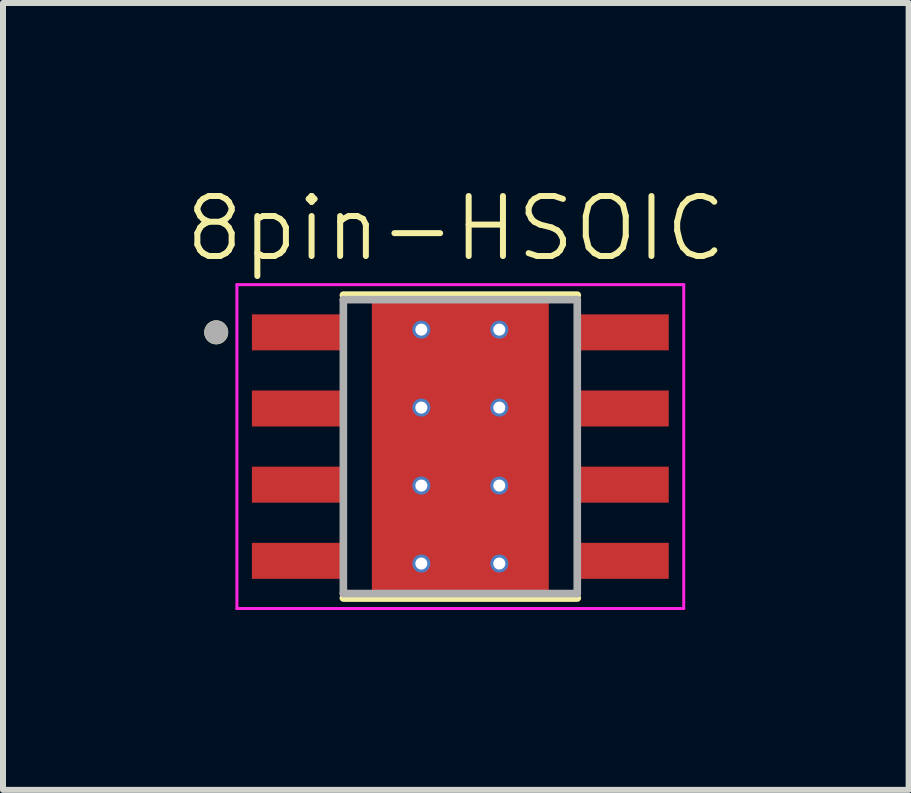
<source format=kicad_pcb>
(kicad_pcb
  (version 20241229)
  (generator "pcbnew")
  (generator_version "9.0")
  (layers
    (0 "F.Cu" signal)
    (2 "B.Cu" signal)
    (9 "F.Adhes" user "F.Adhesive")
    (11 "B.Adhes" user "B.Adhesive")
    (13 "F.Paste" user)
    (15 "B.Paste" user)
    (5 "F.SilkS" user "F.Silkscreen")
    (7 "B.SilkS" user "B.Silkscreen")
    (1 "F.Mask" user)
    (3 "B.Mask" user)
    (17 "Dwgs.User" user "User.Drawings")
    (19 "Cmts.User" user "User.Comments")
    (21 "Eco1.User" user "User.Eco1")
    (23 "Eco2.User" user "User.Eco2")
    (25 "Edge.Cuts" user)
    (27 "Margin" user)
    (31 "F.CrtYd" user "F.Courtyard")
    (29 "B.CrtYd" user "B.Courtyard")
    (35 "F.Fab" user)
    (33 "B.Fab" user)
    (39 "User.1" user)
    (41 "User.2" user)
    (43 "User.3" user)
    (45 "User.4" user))
  (footprint "8pin-HSOIC"
    (layer "F.Cu")
    (at 4.625 4.396)
    (property "Reference" "8pin-HSOIC" (at -0.075 -3.635 0) (layer "F.SilkS") (effects (font (size 1 1) (thickness 0.1))))
    (attr through_hole)
    (fp_poly (pts (xy -1.355 -1.7) (xy 1.355 -1.7) (xy 1.355 1.7) (xy -1.355 1.7)) (stroke (width 0.01) (type solid)) (fill yes) (layer "F.Mask"))
    (fp_poly (pts (xy -1.905 -1.535) (xy -3.495 -1.535) (xy -3.498 -1.535) (xy -3.5 -1.535) (xy -3.503 -1.536) (xy -3.505 -1.536) (xy -3.508 -1.537) (xy -3.51 -1.537) (xy -3.513 -1.538) (xy -3.515 -1.539) (xy -3.518 -1.54) (xy -3.52 -1.542) (xy -3.522 -1.543) (xy -3.524 -1.545) (xy -3.526 -1.546) (xy -3.528 -1.548) (xy -3.53 -1.55) (xy -3.532 -1.552) (xy -3.534 -1.554) (xy -3.535 -1.556) (xy -3.537 -1.558) (xy -3.538 -1.56) (xy -3.54 -1.562) (xy -3.541 -1.565) (xy -3.542 -1.567) (xy -3.543 -1.57) (xy -3.543 -1.572) (xy -3.544 -1.575) (xy -3.544 -1.577) (xy -3.545 -1.58) (xy -3.545 -1.582) (xy -3.545 -1.585) (xy -3.545 -2.225) (xy -3.545 -2.228) (xy -3.545 -2.23) (xy -3.544 -2.233) (xy -3.544 -2.235) (xy -3.543 -2.238) (xy -3.543 -2.24) (xy -3.542 -2.243) (xy -3.541 -2.245) (xy -3.54 -2.248) (xy -3.538 -2.25) (xy -3.537 -2.252) (xy -3.535 -2.254) (xy -3.534 -2.256) (xy -3.532 -2.258) (xy -3.53 -2.26) (xy -3.528 -2.262) (xy -3.526 -2.264) (xy -3.524 -2.265) (xy -3.522 -2.267) (xy -3.52 -2.268) (xy -3.518 -2.27) (xy -3.515 -2.271) (xy -3.513 -2.272) (xy -3.51 -2.273) (xy -3.508 -2.273) (xy -3.505 -2.274) (xy -3.503 -2.274) (xy -3.5 -2.275) (xy -3.498 -2.275) (xy -3.495 -2.275) (xy -1.905 -2.275) (xy -1.902 -2.275) (xy -1.9 -2.275) (xy -1.897 -2.274) (xy -1.895 -2.274) (xy -1.892 -2.273) (xy -1.89 -2.273) (xy -1.887 -2.272) (xy -1.885 -2.271) (xy -1.882 -2.27) (xy -1.88 -2.268) (xy -1.878 -2.267) (xy -1.876 -2.265) (xy -1.874 -2.264) (xy -1.872 -2.262) (xy -1.87 -2.26) (xy -1.868 -2.258) (xy -1.866 -2.256) (xy -1.865 -2.254) (xy -1.863 -2.252) (xy -1.862 -2.25) (xy -1.86 -2.248) (xy -1.859 -2.245) (xy -1.858 -2.243) (xy -1.857 -2.24) (xy -1.857 -2.238) (xy -1.856 -2.235) (xy -1.856 -2.233) (xy -1.855 -2.23) (xy -1.855 -2.228) (xy -1.855 -2.225) (xy -1.855 -1.585) (xy -1.855 -1.582) (xy -1.855 -1.58) (xy -1.856 -1.577) (xy -1.856 -1.575) (xy -1.857 -1.572) (xy -1.857 -1.57) (xy -1.858 -1.567) (xy -1.859 -1.565) (xy -1.86 -1.562) (xy -1.862 -1.56) (xy -1.863 -1.558) (xy -1.865 -1.556) (xy -1.866 -1.554) (xy -1.868 -1.552) (xy -1.87 -1.55) (xy -1.872 -1.548) (xy -1.874 -1.546) (xy -1.876 -1.545) (xy -1.878 -1.543) (xy -1.88 -1.542) (xy -1.882 -1.54) (xy -1.885 -1.539) (xy -1.887 -1.538) (xy -1.89 -1.537) (xy -1.892 -1.537) (xy -1.895 -1.536) (xy -1.897 -1.536) (xy -1.9 -1.535) (xy -1.902 -1.535) (xy -1.905 -1.535)) (stroke (width 0.01) (type solid)) (fill yes) (layer "F.Mask"))
    (fp_poly (pts (xy -1.905 -0.265) (xy -3.495 -0.265) (xy -3.498 -0.265) (xy -3.5 -0.265) (xy -3.503 -0.266) (xy -3.505 -0.266) (xy -3.508 -0.267) (xy -3.51 -0.267) (xy -3.513 -0.268) (xy -3.515 -0.269) (xy -3.518 -0.27) (xy -3.52 -0.272) (xy -3.522 -0.273) (xy -3.524 -0.275) (xy -3.526 -0.276) (xy -3.528 -0.278) (xy -3.53 -0.28) (xy -3.532 -0.282) (xy -3.534 -0.284) (xy -3.535 -0.286) (xy -3.537 -0.288) (xy -3.538 -0.29) (xy -3.54 -0.292) (xy -3.541 -0.295) (xy -3.542 -0.297) (xy -3.543 -0.3) (xy -3.543 -0.302) (xy -3.544 -0.305) (xy -3.544 -0.307) (xy -3.545 -0.31) (xy -3.545 -0.312) (xy -3.545 -0.315) (xy -3.545 -0.955) (xy -3.545 -0.958) (xy -3.545 -0.96) (xy -3.544 -0.963) (xy -3.544 -0.965) (xy -3.543 -0.968) (xy -3.543 -0.97) (xy -3.542 -0.973) (xy -3.541 -0.975) (xy -3.54 -0.978) (xy -3.538 -0.98) (xy -3.537 -0.982) (xy -3.535 -0.984) (xy -3.534 -0.986) (xy -3.532 -0.988) (xy -3.53 -0.99) (xy -3.528 -0.992) (xy -3.526 -0.994) (xy -3.524 -0.995) (xy -3.522 -0.997) (xy -3.52 -0.998) (xy -3.518 -1) (xy -3.515 -1.001) (xy -3.513 -1.002) (xy -3.51 -1.003) (xy -3.508 -1.003) (xy -3.505 -1.004) (xy -3.503 -1.004) (xy -3.5 -1.005) (xy -3.498 -1.005) (xy -3.495 -1.005) (xy -1.905 -1.005) (xy -1.902 -1.005) (xy -1.9 -1.005) (xy -1.897 -1.004) (xy -1.895 -1.004) (xy -1.892 -1.003) (xy -1.89 -1.003) (xy -1.887 -1.002) (xy -1.885 -1.001) (xy -1.882 -1) (xy -1.88 -0.998) (xy -1.878 -0.997) (xy -1.876 -0.995) (xy -1.874 -0.994) (xy -1.872 -0.992) (xy -1.87 -0.99) (xy -1.868 -0.988) (xy -1.866 -0.986) (xy -1.865 -0.984) (xy -1.863 -0.982) (xy -1.862 -0.98) (xy -1.86 -0.978) (xy -1.859 -0.975) (xy -1.858 -0.973) (xy -1.857 -0.97) (xy -1.857 -0.968) (xy -1.856 -0.965) (xy -1.856 -0.963) (xy -1.855 -0.96) (xy -1.855 -0.958) (xy -1.855 -0.955) (xy -1.855 -0.315) (xy -1.855 -0.312) (xy -1.855 -0.31) (xy -1.856 -0.307) (xy -1.856 -0.305) (xy -1.857 -0.302) (xy -1.857 -0.3) (xy -1.858 -0.297) (xy -1.859 -0.295) (xy -1.86 -0.292) (xy -1.862 -0.29) (xy -1.863 -0.288) (xy -1.865 -0.286) (xy -1.866 -0.284) (xy -1.868 -0.282) (xy -1.87 -0.28) (xy -1.872 -0.278) (xy -1.874 -0.276) (xy -1.876 -0.275) (xy -1.878 -0.273) (xy -1.88 -0.272) (xy -1.882 -0.27) (xy -1.885 -0.269) (xy -1.887 -0.268) (xy -1.89 -0.267) (xy -1.892 -0.267) (xy -1.895 -0.266) (xy -1.897 -0.266) (xy -1.9 -0.265) (xy -1.902 -0.265) (xy -1.905 -0.265)) (stroke (width 0.01) (type solid)) (fill yes) (layer "F.Mask"))
    (fp_poly (pts (xy -1.905 1.005) (xy -3.495 1.005) (xy -3.498 1.005) (xy -3.5 1.005) (xy -3.503 1.004) (xy -3.505 1.004) (xy -3.508 1.003) (xy -3.51 1.003) (xy -3.513 1.002) (xy -3.515 1.001) (xy -3.518 1) (xy -3.52 0.998) (xy -3.522 0.997) (xy -3.524 0.995) (xy -3.526 0.994) (xy -3.528 0.992) (xy -3.53 0.99) (xy -3.532 0.988) (xy -3.534 0.986) (xy -3.535 0.984) (xy -3.537 0.982) (xy -3.538 0.98) (xy -3.54 0.978) (xy -3.541 0.975) (xy -3.542 0.973) (xy -3.543 0.97) (xy -3.543 0.968) (xy -3.544 0.965) (xy -3.544 0.963) (xy -3.545 0.96) (xy -3.545 0.958) (xy -3.545 0.955) (xy -3.545 0.315) (xy -3.545 0.312) (xy -3.545 0.31) (xy -3.544 0.307) (xy -3.544 0.305) (xy -3.543 0.302) (xy -3.543 0.3) (xy -3.542 0.297) (xy -3.541 0.295) (xy -3.54 0.292) (xy -3.538 0.29) (xy -3.537 0.288) (xy -3.535 0.286) (xy -3.534 0.284) (xy -3.532 0.282) (xy -3.53 0.28) (xy -3.528 0.278) (xy -3.526 0.276) (xy -3.524 0.275) (xy -3.522 0.273) (xy -3.52 0.272) (xy -3.518 0.27) (xy -3.515 0.269) (xy -3.513 0.268) (xy -3.51 0.267) (xy -3.508 0.267) (xy -3.505 0.266) (xy -3.503 0.266) (xy -3.5 0.265) (xy -3.498 0.265) (xy -3.495 0.265) (xy -1.905 0.265) (xy -1.902 0.265) (xy -1.9 0.265) (xy -1.897 0.266) (xy -1.895 0.266) (xy -1.892 0.267) (xy -1.89 0.267) (xy -1.887 0.268) (xy -1.885 0.269) (xy -1.882 0.27) (xy -1.88 0.272) (xy -1.878 0.273) (xy -1.876 0.275) (xy -1.874 0.276) (xy -1.872 0.278) (xy -1.87 0.28) (xy -1.868 0.282) (xy -1.866 0.284) (xy -1.865 0.286) (xy -1.863 0.288) (xy -1.862 0.29) (xy -1.86 0.292) (xy -1.859 0.295) (xy -1.858 0.297) (xy -1.857 0.3) (xy -1.857 0.302) (xy -1.856 0.305) (xy -1.856 0.307) (xy -1.855 0.31) (xy -1.855 0.312) (xy -1.855 0.315) (xy -1.855 0.955) (xy -1.855 0.958) (xy -1.855 0.96) (xy -1.856 0.963) (xy -1.856 0.965) (xy -1.857 0.968) (xy -1.857 0.97) (xy -1.858 0.973) (xy -1.859 0.975) (xy -1.86 0.978) (xy -1.862 0.98) (xy -1.863 0.982) (xy -1.865 0.984) (xy -1.866 0.986) (xy -1.868 0.988) (xy -1.87 0.99) (xy -1.872 0.992) (xy -1.874 0.994) (xy -1.876 0.995) (xy -1.878 0.997) (xy -1.88 0.998) (xy -1.882 1) (xy -1.885 1.001) (xy -1.887 1.002) (xy -1.89 1.003) (xy -1.892 1.003) (xy -1.895 1.004) (xy -1.897 1.004) (xy -1.9 1.005) (xy -1.902 1.005) (xy -1.905 1.005)) (stroke (width 0.01) (type solid)) (fill yes) (layer "F.Mask"))
    (fp_poly (pts (xy -1.905 2.275) (xy -3.495 2.275) (xy -3.498 2.275) (xy -3.5 2.275) (xy -3.503 2.274) (xy -3.505 2.274) (xy -3.508 2.273) (xy -3.51 2.273) (xy -3.513 2.272) (xy -3.515 2.271) (xy -3.518 2.27) (xy -3.52 2.268) (xy -3.522 2.267) (xy -3.524 2.265) (xy -3.526 2.264) (xy -3.528 2.262) (xy -3.53 2.26) (xy -3.532 2.258) (xy -3.534 2.256) (xy -3.535 2.254) (xy -3.537 2.252) (xy -3.538 2.25) (xy -3.54 2.248) (xy -3.541 2.245) (xy -3.542 2.243) (xy -3.543 2.24) (xy -3.543 2.238) (xy -3.544 2.235) (xy -3.544 2.233) (xy -3.545 2.23) (xy -3.545 2.228) (xy -3.545 2.225) (xy -3.545 1.585) (xy -3.545 1.582) (xy -3.545 1.58) (xy -3.544 1.577) (xy -3.544 1.575) (xy -3.543 1.572) (xy -3.543 1.57) (xy -3.542 1.567) (xy -3.541 1.565) (xy -3.54 1.562) (xy -3.538 1.56) (xy -3.537 1.558) (xy -3.535 1.556) (xy -3.534 1.554) (xy -3.532 1.552) (xy -3.53 1.55) (xy -3.528 1.548) (xy -3.526 1.546) (xy -3.524 1.545) (xy -3.522 1.543) (xy -3.52 1.542) (xy -3.518 1.54) (xy -3.515 1.539) (xy -3.513 1.538) (xy -3.51 1.537) (xy -3.508 1.537) (xy -3.505 1.536) (xy -3.503 1.536) (xy -3.5 1.535) (xy -3.498 1.535) (xy -3.495 1.535) (xy -1.905 1.535) (xy -1.902 1.535) (xy -1.9 1.535) (xy -1.897 1.536) (xy -1.895 1.536) (xy -1.892 1.537) (xy -1.89 1.537) (xy -1.887 1.538) (xy -1.885 1.539) (xy -1.882 1.54) (xy -1.88 1.542) (xy -1.878 1.543) (xy -1.876 1.545) (xy -1.874 1.546) (xy -1.872 1.548) (xy -1.87 1.55) (xy -1.868 1.552) (xy -1.866 1.554) (xy -1.865 1.556) (xy -1.863 1.558) (xy -1.862 1.56) (xy -1.86 1.562) (xy -1.859 1.565) (xy -1.858 1.567) (xy -1.857 1.57) (xy -1.857 1.572) (xy -1.856 1.575) (xy -1.856 1.577) (xy -1.855 1.58) (xy -1.855 1.582) (xy -1.855 1.585) (xy -1.855 2.225) (xy -1.855 2.228) (xy -1.855 2.23) (xy -1.856 2.233) (xy -1.856 2.235) (xy -1.857 2.238) (xy -1.857 2.24) (xy -1.858 2.243) (xy -1.859 2.245) (xy -1.86 2.248) (xy -1.862 2.25) (xy -1.863 2.252) (xy -1.865 2.254) (xy -1.866 2.256) (xy -1.868 2.258) (xy -1.87 2.26) (xy -1.872 2.262) (xy -1.874 2.264) (xy -1.876 2.265) (xy -1.878 2.267) (xy -1.88 2.268) (xy -1.882 2.27) (xy -1.885 2.271) (xy -1.887 2.272) (xy -1.89 2.273) (xy -1.892 2.273) (xy -1.895 2.274) (xy -1.897 2.274) (xy -1.9 2.275) (xy -1.902 2.275) (xy -1.905 2.275)) (stroke (width 0.01) (type solid)) (fill yes) (layer "F.Mask"))
    (fp_poly (pts (xy 3.495 -1.535) (xy 1.905 -1.535) (xy 1.902 -1.535) (xy 1.9 -1.535) (xy 1.897 -1.536) (xy 1.895 -1.536) (xy 1.892 -1.537) (xy 1.89 -1.537) (xy 1.887 -1.538) (xy 1.885 -1.539) (xy 1.882 -1.54) (xy 1.88 -1.542) (xy 1.878 -1.543) (xy 1.876 -1.545) (xy 1.874 -1.546) (xy 1.872 -1.548) (xy 1.87 -1.55) (xy 1.868 -1.552) (xy 1.866 -1.554) (xy 1.865 -1.556) (xy 1.863 -1.558) (xy 1.862 -1.56) (xy 1.86 -1.562) (xy 1.859 -1.565) (xy 1.858 -1.567) (xy 1.857 -1.57) (xy 1.857 -1.572) (xy 1.856 -1.575) (xy 1.856 -1.577) (xy 1.855 -1.58) (xy 1.855 -1.582) (xy 1.855 -1.585) (xy 1.855 -2.225) (xy 1.855 -2.228) (xy 1.855 -2.23) (xy 1.856 -2.233) (xy 1.856 -2.235) (xy 1.857 -2.238) (xy 1.857 -2.24) (xy 1.858 -2.243) (xy 1.859 -2.245) (xy 1.86 -2.248) (xy 1.862 -2.25) (xy 1.863 -2.252) (xy 1.865 -2.254) (xy 1.866 -2.256) (xy 1.868 -2.258) (xy 1.87 -2.26) (xy 1.872 -2.262) (xy 1.874 -2.264) (xy 1.876 -2.265) (xy 1.878 -2.267) (xy 1.88 -2.268) (xy 1.882 -2.27) (xy 1.885 -2.271) (xy 1.887 -2.272) (xy 1.89 -2.273) (xy 1.892 -2.273) (xy 1.895 -2.274) (xy 1.897 -2.274) (xy 1.9 -2.275) (xy 1.902 -2.275) (xy 1.905 -2.275) (xy 3.495 -2.275) (xy 3.498 -2.275) (xy 3.5 -2.275) (xy 3.503 -2.274) (xy 3.505 -2.274) (xy 3.508 -2.273) (xy 3.51 -2.273) (xy 3.513 -2.272) (xy 3.515 -2.271) (xy 3.518 -2.27) (xy 3.52 -2.268) (xy 3.522 -2.267) (xy 3.524 -2.265) (xy 3.526 -2.264) (xy 3.528 -2.262) (xy 3.53 -2.26) (xy 3.532 -2.258) (xy 3.534 -2.256) (xy 3.535 -2.254) (xy 3.537 -2.252) (xy 3.538 -2.25) (xy 3.54 -2.248) (xy 3.541 -2.245) (xy 3.542 -2.243) (xy 3.543 -2.24) (xy 3.543 -2.238) (xy 3.544 -2.235) (xy 3.544 -2.233) (xy 3.545 -2.23) (xy 3.545 -2.228) (xy 3.545 -2.225) (xy 3.545 -1.585) (xy 3.545 -1.582) (xy 3.545 -1.58) (xy 3.544 -1.577) (xy 3.544 -1.575) (xy 3.543 -1.572) (xy 3.543 -1.57) (xy 3.542 -1.567) (xy 3.541 -1.565) (xy 3.54 -1.562) (xy 3.538 -1.56) (xy 3.537 -1.558) (xy 3.535 -1.556) (xy 3.534 -1.554) (xy 3.532 -1.552) (xy 3.53 -1.55) (xy 3.528 -1.548) (xy 3.526 -1.546) (xy 3.524 -1.545) (xy 3.522 -1.543) (xy 3.52 -1.542) (xy 3.518 -1.54) (xy 3.515 -1.539) (xy 3.513 -1.538) (xy 3.51 -1.537) (xy 3.508 -1.537) (xy 3.505 -1.536) (xy 3.503 -1.536) (xy 3.5 -1.535) (xy 3.498 -1.535) (xy 3.495 -1.535)) (stroke (width 0.01) (type solid)) (fill yes) (layer "F.Mask"))
    (fp_poly (pts (xy 3.495 -0.265) (xy 1.905 -0.265) (xy 1.902 -0.265) (xy 1.9 -0.265) (xy 1.897 -0.266) (xy 1.895 -0.266) (xy 1.892 -0.267) (xy 1.89 -0.267) (xy 1.887 -0.268) (xy 1.885 -0.269) (xy 1.882 -0.27) (xy 1.88 -0.272) (xy 1.878 -0.273) (xy 1.876 -0.275) (xy 1.874 -0.276) (xy 1.872 -0.278) (xy 1.87 -0.28) (xy 1.868 -0.282) (xy 1.866 -0.284) (xy 1.865 -0.286) (xy 1.863 -0.288) (xy 1.862 -0.29) (xy 1.86 -0.292) (xy 1.859 -0.295) (xy 1.858 -0.297) (xy 1.857 -0.3) (xy 1.857 -0.302) (xy 1.856 -0.305) (xy 1.856 -0.307) (xy 1.855 -0.31) (xy 1.855 -0.312) (xy 1.855 -0.315) (xy 1.855 -0.955) (xy 1.855 -0.958) (xy 1.855 -0.96) (xy 1.856 -0.963) (xy 1.856 -0.965) (xy 1.857 -0.968) (xy 1.857 -0.97) (xy 1.858 -0.973) (xy 1.859 -0.975) (xy 1.86 -0.978) (xy 1.862 -0.98) (xy 1.863 -0.982) (xy 1.865 -0.984) (xy 1.866 -0.986) (xy 1.868 -0.988) (xy 1.87 -0.99) (xy 1.872 -0.992) (xy 1.874 -0.994) (xy 1.876 -0.995) (xy 1.878 -0.997) (xy 1.88 -0.998) (xy 1.882 -1) (xy 1.885 -1.001) (xy 1.887 -1.002) (xy 1.89 -1.003) (xy 1.892 -1.003) (xy 1.895 -1.004) (xy 1.897 -1.004) (xy 1.9 -1.005) (xy 1.902 -1.005) (xy 1.905 -1.005) (xy 3.495 -1.005) (xy 3.498 -1.005) (xy 3.5 -1.005) (xy 3.503 -1.004) (xy 3.505 -1.004) (xy 3.508 -1.003) (xy 3.51 -1.003) (xy 3.513 -1.002) (xy 3.515 -1.001) (xy 3.518 -1) (xy 3.52 -0.998) (xy 3.522 -0.997) (xy 3.524 -0.995) (xy 3.526 -0.994) (xy 3.528 -0.992) (xy 3.53 -0.99) (xy 3.532 -0.988) (xy 3.534 -0.986) (xy 3.535 -0.984) (xy 3.537 -0.982) (xy 3.538 -0.98) (xy 3.54 -0.978) (xy 3.541 -0.975) (xy 3.542 -0.973) (xy 3.543 -0.97) (xy 3.543 -0.968) (xy 3.544 -0.965) (xy 3.544 -0.963) (xy 3.545 -0.96) (xy 3.545 -0.958) (xy 3.545 -0.955) (xy 3.545 -0.315) (xy 3.545 -0.312) (xy 3.545 -0.31) (xy 3.544 -0.307) (xy 3.544 -0.305) (xy 3.543 -0.302) (xy 3.543 -0.3) (xy 3.542 -0.297) (xy 3.541 -0.295) (xy 3.54 -0.292) (xy 3.538 -0.29) (xy 3.537 -0.288) (xy 3.535 -0.286) (xy 3.534 -0.284) (xy 3.532 -0.282) (xy 3.53 -0.28) (xy 3.528 -0.278) (xy 3.526 -0.276) (xy 3.524 -0.275) (xy 3.522 -0.273) (xy 3.52 -0.272) (xy 3.518 -0.27) (xy 3.515 -0.269) (xy 3.513 -0.268) (xy 3.51 -0.267) (xy 3.508 -0.267) (xy 3.505 -0.266) (xy 3.503 -0.266) (xy 3.5 -0.265) (xy 3.498 -0.265) (xy 3.495 -0.265)) (stroke (width 0.01) (type solid)) (fill yes) (layer "F.Mask"))
    (fp_poly (pts (xy 3.495 1.005) (xy 1.905 1.005) (xy 1.902 1.005) (xy 1.9 1.005) (xy 1.897 1.004) (xy 1.895 1.004) (xy 1.892 1.003) (xy 1.89 1.003) (xy 1.887 1.002) (xy 1.885 1.001) (xy 1.882 1) (xy 1.88 0.998) (xy 1.878 0.997) (xy 1.876 0.995) (xy 1.874 0.994) (xy 1.872 0.992) (xy 1.87 0.99) (xy 1.868 0.988) (xy 1.866 0.986) (xy 1.865 0.984) (xy 1.863 0.982) (xy 1.862 0.98) (xy 1.86 0.978) (xy 1.859 0.975) (xy 1.858 0.973) (xy 1.857 0.97) (xy 1.857 0.968) (xy 1.856 0.965) (xy 1.856 0.963) (xy 1.855 0.96) (xy 1.855 0.958) (xy 1.855 0.955) (xy 1.855 0.315) (xy 1.855 0.312) (xy 1.855 0.31) (xy 1.856 0.307) (xy 1.856 0.305) (xy 1.857 0.302) (xy 1.857 0.3) (xy 1.858 0.297) (xy 1.859 0.295) (xy 1.86 0.292) (xy 1.862 0.29) (xy 1.863 0.288) (xy 1.865 0.286) (xy 1.866 0.284) (xy 1.868 0.282) (xy 1.87 0.28) (xy 1.872 0.278) (xy 1.874 0.276) (xy 1.876 0.275) (xy 1.878 0.273) (xy 1.88 0.272) (xy 1.882 0.27) (xy 1.885 0.269) (xy 1.887 0.268) (xy 1.89 0.267) (xy 1.892 0.267) (xy 1.895 0.266) (xy 1.897 0.266) (xy 1.9 0.265) (xy 1.902 0.265) (xy 1.905 0.265) (xy 3.495 0.265) (xy 3.498 0.265) (xy 3.5 0.265) (xy 3.503 0.266) (xy 3.505 0.266) (xy 3.508 0.267) (xy 3.51 0.267) (xy 3.513 0.268) (xy 3.515 0.269) (xy 3.518 0.27) (xy 3.52 0.272) (xy 3.522 0.273) (xy 3.524 0.275) (xy 3.526 0.276) (xy 3.528 0.278) (xy 3.53 0.28) (xy 3.532 0.282) (xy 3.534 0.284) (xy 3.535 0.286) (xy 3.537 0.288) (xy 3.538 0.29) (xy 3.54 0.292) (xy 3.541 0.295) (xy 3.542 0.297) (xy 3.543 0.3) (xy 3.543 0.302) (xy 3.544 0.305) (xy 3.544 0.307) (xy 3.545 0.31) (xy 3.545 0.312) (xy 3.545 0.315) (xy 3.545 0.955) (xy 3.545 0.958) (xy 3.545 0.96) (xy 3.544 0.963) (xy 3.544 0.965) (xy 3.543 0.968) (xy 3.543 0.97) (xy 3.542 0.973) (xy 3.541 0.975) (xy 3.54 0.978) (xy 3.538 0.98) (xy 3.537 0.982) (xy 3.535 0.984) (xy 3.534 0.986) (xy 3.532 0.988) (xy 3.53 0.99) (xy 3.528 0.992) (xy 3.526 0.994) (xy 3.524 0.995) (xy 3.522 0.997) (xy 3.52 0.998) (xy 3.518 1) (xy 3.515 1.001) (xy 3.513 1.002) (xy 3.51 1.003) (xy 3.508 1.003) (xy 3.505 1.004) (xy 3.503 1.004) (xy 3.5 1.005) (xy 3.498 1.005) (xy 3.495 1.005)) (stroke (width 0.01) (type solid)) (fill yes) (layer "F.Mask"))
    (fp_poly (pts (xy 3.495 2.275) (xy 1.905 2.275) (xy 1.902 2.275) (xy 1.9 2.275) (xy 1.897 2.274) (xy 1.895 2.274) (xy 1.892 2.273) (xy 1.89 2.273) (xy 1.887 2.272) (xy 1.885 2.271) (xy 1.882 2.27) (xy 1.88 2.268) (xy 1.878 2.267) (xy 1.876 2.265) (xy 1.874 2.264) (xy 1.872 2.262) (xy 1.87 2.26) (xy 1.868 2.258) (xy 1.866 2.256) (xy 1.865 2.254) (xy 1.863 2.252) (xy 1.862 2.25) (xy 1.86 2.248) (xy 1.859 2.245) (xy 1.858 2.243) (xy 1.857 2.24) (xy 1.857 2.238) (xy 1.856 2.235) (xy 1.856 2.233) (xy 1.855 2.23) (xy 1.855 2.228) (xy 1.855 2.225) (xy 1.855 1.585) (xy 1.855 1.582) (xy 1.855 1.58) (xy 1.856 1.577) (xy 1.856 1.575) (xy 1.857 1.572) (xy 1.857 1.57) (xy 1.858 1.567) (xy 1.859 1.565) (xy 1.86 1.562) (xy 1.862 1.56) (xy 1.863 1.558) (xy 1.865 1.556) (xy 1.866 1.554) (xy 1.868 1.552) (xy 1.87 1.55) (xy 1.872 1.548) (xy 1.874 1.546) (xy 1.876 1.545) (xy 1.878 1.543) (xy 1.88 1.542) (xy 1.882 1.54) (xy 1.885 1.539) (xy 1.887 1.538) (xy 1.89 1.537) (xy 1.892 1.537) (xy 1.895 1.536) (xy 1.897 1.536) (xy 1.9 1.535) (xy 1.902 1.535) (xy 1.905 1.535) (xy 3.495 1.535) (xy 3.498 1.535) (xy 3.5 1.535) (xy 3.503 1.536) (xy 3.505 1.536) (xy 3.508 1.537) (xy 3.51 1.537) (xy 3.513 1.538) (xy 3.515 1.539) (xy 3.518 1.54) (xy 3.52 1.542) (xy 3.522 1.543) (xy 3.524 1.545) (xy 3.526 1.546) (xy 3.528 1.548) (xy 3.53 1.55) (xy 3.532 1.552) (xy 3.534 1.554) (xy 3.535 1.556) (xy 3.537 1.558) (xy 3.538 1.56) (xy 3.54 1.562) (xy 3.541 1.565) (xy 3.542 1.567) (xy 3.543 1.57) (xy 3.543 1.572) (xy 3.544 1.575) (xy 3.544 1.577) (xy 3.545 1.58) (xy 3.545 1.582) (xy 3.545 1.585) (xy 3.545 2.225) (xy 3.545 2.228) (xy 3.545 2.23) (xy 3.544 2.233) (xy 3.544 2.235) (xy 3.543 2.238) (xy 3.543 2.24) (xy 3.542 2.243) (xy 3.541 2.245) (xy 3.54 2.248) (xy 3.538 2.25) (xy 3.537 2.252) (xy 3.535 2.254) (xy 3.534 2.256) (xy 3.532 2.258) (xy 3.53 2.26) (xy 3.528 2.262) (xy 3.526 2.264) (xy 3.524 2.265) (xy 3.522 2.267) (xy 3.52 2.268) (xy 3.518 2.27) (xy 3.515 2.271) (xy 3.513 2.272) (xy 3.51 2.273) (xy 3.508 2.273) (xy 3.505 2.274) (xy 3.503 2.274) (xy 3.5 2.275) (xy 3.498 2.275) (xy 3.495 2.275)) (stroke (width 0.01) (type solid)) (fill yes) (layer "F.Mask"))
    (fp_line (start -1.95 -2.525) (end 1.95 -2.525) (stroke (width 0.127) (type solid)) (layer "F.SilkS"))
    (fp_line (start -1.95 2.525) (end 1.95 2.525) (stroke (width 0.127) (type solid)) (layer "F.SilkS"))
    (fp_circle (center -4.07 -1.905) (end -3.97 -1.905) (stroke (width 0.2) (type solid)) (fill no) (layer "F.SilkS"))
    (fp_poly (pts (xy -1.355 -1.7) (xy 1.355 -1.7) (xy 1.355 1.7) (xy -1.355 1.7)) (stroke (width 0.01) (type solid)) (fill yes) (layer "F.Paste"))
    (fp_line (start -3.725 -2.7) (end -3.725 2.7) (stroke (width 0.05) (type solid)) (layer "F.CrtYd"))
    (fp_line (start -3.725 -2.7) (end 3.725 -2.7) (stroke (width 0.05) (type solid)) (layer "F.CrtYd"))
    (fp_line (start -3.725 2.7) (end 3.725 2.7) (stroke (width 0.05) (type solid)) (layer "F.CrtYd"))
    (fp_line (start 3.725 -2.7) (end 3.725 2.7) (stroke (width 0.05) (type solid)) (layer "F.CrtYd"))
    (fp_line (start -1.95 -2.45) (end -1.95 2.45) (stroke (width 0.127) (type solid)) (layer "F.Fab"))
    (fp_line (start -1.95 -2.45) (end 1.95 -2.45) (stroke (width 0.127) (type solid)) (layer "F.Fab"))
    (fp_line (start -1.95 2.45) (end 1.95 2.45) (stroke (width 0.127) (type solid)) (layer "F.Fab"))
    (fp_line (start 1.95 -2.45) (end 1.95 2.45) (stroke (width 0.127) (type solid)) (layer "F.Fab"))
    (fp_circle (center -4.07 -1.905) (end -3.97 -1.905) (stroke (width 0.2) (type solid)) (fill no) (layer "F.Fab"))
    (pad "1" smd rect (at -2.7 -1.905) (size 1.55 0.6) (layers "F.Cu" "F.Paste"))
    (pad "2" smd rect (at -2.7 -0.635) (size 1.55 0.6) (layers "F.Cu" "F.Paste"))
    (pad "3" smd rect (at -2.7 0.635) (size 1.55 0.6) (layers "F.Cu" "F.Paste"))
    (pad "4" smd rect (at -2.7 1.905) (size 1.55 0.6) (layers "F.Cu" "F.Paste"))
    (pad "5" smd rect (at 2.7 1.905) (size 1.55 0.6) (layers "F.Cu" "F.Paste"))
    (pad "6" smd rect (at 2.7 0.635) (size 1.55 0.6) (layers "F.Cu" "F.Paste"))
    (pad "7" smd rect (at 2.7 -0.635) (size 1.55 0.6) (layers "F.Cu" "F.Paste"))
    (pad "8" smd rect (at 2.7 -1.905) (size 1.55 0.6) (layers "F.Cu" "F.Paste"))
    (pad "9" smd rect (at 0 0) (size 2.95 4.9) (layers "F.Cu"))
    (pad "10" thru_hole circle (at -0.65 -1.95) (size 0.3 0.3) (drill 0.2) (layers "*.Cu" "*.Mask"))
    (pad "11" thru_hole circle (at 0.65 -1.95) (size 0.3 0.3) (drill 0.2) (layers "*.Cu" "*.Mask"))
    (pad "12" thru_hole circle (at -0.65 -0.65) (size 0.3 0.3) (drill 0.2) (layers "*.Cu" "*.Mask"))
    (pad "13" thru_hole circle (at 0.65 -0.65) (size 0.3 0.3) (drill 0.2) (layers "*.Cu" "*.Mask"))
    (pad "14" thru_hole circle (at -0.65 0.65) (size 0.3 0.3) (drill 0.2) (layers "*.Cu" "*.Mask"))
    (pad "15" thru_hole circle (at 0.65 0.65) (size 0.3 0.3) (drill 0.2) (layers "*.Cu" "*.Mask"))
    (pad "16" thru_hole circle (at -0.65 1.95) (size 0.3 0.3) (drill 0.2) (layers "*.Cu" "*.Mask"))
    (pad "17" thru_hole circle (at 0.65 1.95) (size 0.3 0.3) (drill 0.2) (layers "*.Cu" "*.Mask")))
  (gr_rect
    (start -3 -3)
    (end 12.1 10.12)
    (stroke (width 0.1) (type default))
    (fill no)
    (layer "Edge.Cuts")))
</source>
